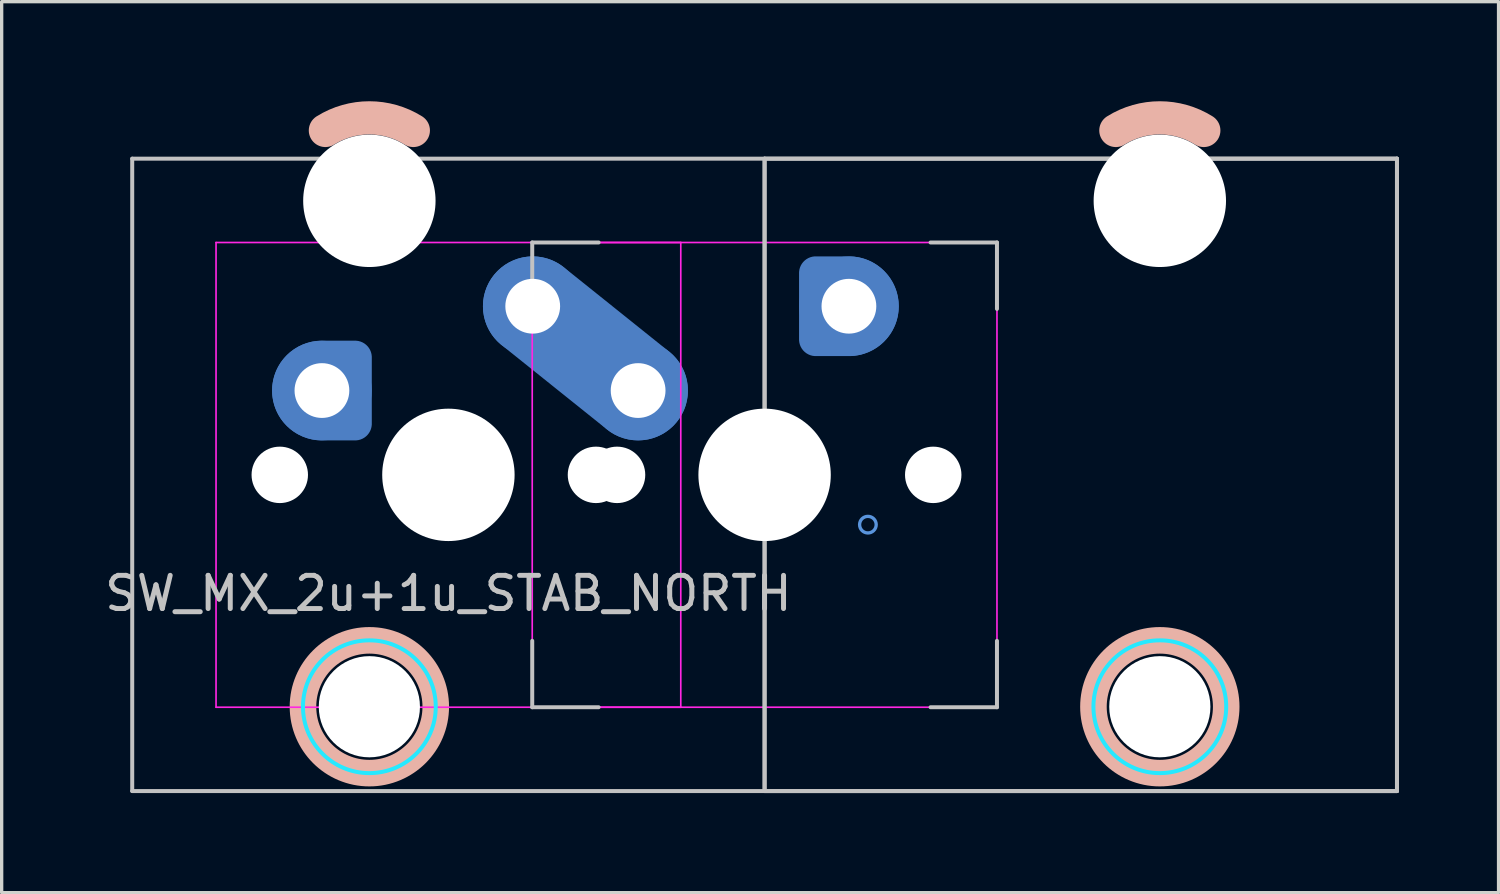
<source format=kicad_pcb>
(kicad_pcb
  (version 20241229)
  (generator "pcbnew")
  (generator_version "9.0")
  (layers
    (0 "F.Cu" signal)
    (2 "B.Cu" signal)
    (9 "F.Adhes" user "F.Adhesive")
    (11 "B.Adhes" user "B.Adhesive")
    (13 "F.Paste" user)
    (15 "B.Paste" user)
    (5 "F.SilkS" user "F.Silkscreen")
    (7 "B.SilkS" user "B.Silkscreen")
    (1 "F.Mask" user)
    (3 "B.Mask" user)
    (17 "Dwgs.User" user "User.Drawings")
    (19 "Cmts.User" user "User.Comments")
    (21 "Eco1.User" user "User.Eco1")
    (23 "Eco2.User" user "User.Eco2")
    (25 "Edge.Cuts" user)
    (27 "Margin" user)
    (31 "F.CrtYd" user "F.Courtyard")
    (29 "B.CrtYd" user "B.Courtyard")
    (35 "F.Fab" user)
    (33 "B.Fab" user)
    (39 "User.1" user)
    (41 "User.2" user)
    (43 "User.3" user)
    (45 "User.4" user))
  (footprint "SW_MX_2u+1u_STAB_NORTH"
    (layer "F.Cu")
    (at 10.458 11.255)
    (property "Reference" "SW_MX_2u+1u_STAB_NORTH" (at 0 3.572 180) (layer "Dwgs.User") (effects (font (size 1 1) (thickness 0.15))))
    (attr through_hole exclude_from_pos_files exclude_from_bom)
    (fp_arc (start -3.706248 -10.374995) (mid -2.38125 -10.755) (end -1.056252 -10.374995) (stroke (width 1) (type default)) (layer "B.SilkS"))
    (fp_arc (start 20.106252 -10.374995) (mid 21.43125 -10.755) (end 22.756248 -10.374995) (stroke (width 1) (type default)) (layer "B.SilkS"))
    (fp_circle (center -2.381 6.985) (end -0.381 6.985) (stroke (width 0.8) (type solid)) (fill no) (layer "B.SilkS"))
    (fp_circle (center 21.431 6.985) (end 23.431 6.985) (stroke (width 0.8) (type solid)) (fill no) (layer "B.SilkS"))
    (fp_line (start -9.525 9.525) (end -9.525 -9.525) (stroke (width 0.12) (type solid)) (layer "Dwgs.User"))
    (fp_line (start 2.525 -7) (end 4.525 -7) (stroke (width 0.12) (type solid)) (layer "Dwgs.User"))
    (fp_line (start 2.525 -5) (end 2.525 -7) (stroke (width 0.12) (type solid)) (layer "Dwgs.User"))
    (fp_line (start 2.525 7) (end 2.525 5) (stroke (width 0.12) (type solid)) (layer "Dwgs.User"))
    (fp_line (start 4.525 7) (end 2.525 7) (stroke (width 0.12) (type solid)) (layer "Dwgs.User"))
    (fp_line (start 9.525 -9.525) (end 9.525 9.525) (stroke (width 0.12) (type solid)) (layer "Dwgs.User"))
    (fp_line (start 9.525 9.525) (end 9.525 -9.525) (stroke (width 0.12) (type solid)) (layer "Dwgs.User"))
    (fp_line (start 9.525 9.525) (end 28.575 9.525) (stroke (width 0.12) (type solid)) (layer "Dwgs.User"))
    (fp_line (start 14.525 -7) (end 16.525 -7) (stroke (width 0.12) (type solid)) (layer "Dwgs.User"))
    (fp_line (start 14.525 7) (end 16.525 7) (stroke (width 0.12) (type solid)) (layer "Dwgs.User"))
    (fp_line (start 16.525 -7) (end 16.525 -5) (stroke (width 0.12) (type solid)) (layer "Dwgs.User"))
    (fp_line (start 16.525 7) (end 16.525 5) (stroke (width 0.12) (type solid)) (layer "Dwgs.User"))
    (fp_line (start 28.575 -9.525) (end -9.525 -9.525) (stroke (width 0.12) (type solid)) (layer "Dwgs.User"))
    (fp_line (start 28.575 -9.525) (end 9.525 -9.525) (stroke (width 0.12) (type solid)) (layer "Dwgs.User"))
    (fp_line (start 28.575 9.525) (end -9.525 9.525) (stroke (width 0.12) (type solid)) (layer "Dwgs.User"))
    (fp_line (start 28.575 9.525) (end 28.575 -9.525) (stroke (width 0.12) (type solid)) (layer "Dwgs.User"))
    (fp_line (start 28.575 9.525) (end 28.575 -9.525) (stroke (width 0.12) (type solid)) (layer "Dwgs.User"))
    (fp_circle (center -3.81 -2.54) (end -3.81 -2.79) (stroke (width 0.1) (type default)) (fill no) (layer "Cmts.User"))
    (fp_circle (center 12.065 -5.08) (end 12.065 -4.83) (stroke (width 0.1) (type default)) (fill no) (layer "Cmts.User"))
    (fp_circle (center 12.637 1.5) (end 12.887 1.5) (stroke (width 0.1) (type default)) (fill no) (layer "Cmts.User"))
    (fp_line (start -7 6.5) (end -7 -6.5) (stroke (width 0.05) (type solid)) (layer "Eco2.User"))
    (fp_line (start -6.5 -7) (end 6.5 -7) (stroke (width 0.05) (type solid)) (layer "Eco2.User"))
    (fp_line (start -5.755 5.5) (end -5.756 -7.5) (stroke (width 0.05) (type solid)) (layer "Eco2.User"))
    (fp_line (start 0.494 -8) (end -5.256 -8) (stroke (width 0.05) (type solid)) (layer "Eco2.User"))
    (fp_line (start 0.494 6) (end -5.255 6) (stroke (width 0.05) (type solid)) (layer "Eco2.User"))
    (fp_line (start 0.994 5.5) (end 0.994 -7.5) (stroke (width 0.05) (type solid)) (layer "Eco2.User"))
    (fp_line (start 2.525 6.5) (end 2.525 -6.5) (stroke (width 0.05) (type solid)) (layer "Eco2.User"))
    (fp_line (start 3.025 -7) (end 16.025 -7) (stroke (width 0.05) (type solid)) (layer "Eco2.User"))
    (fp_line (start 6.5 7) (end -6.5 7) (stroke (width 0.05) (type solid)) (layer "Eco2.User"))
    (fp_line (start 16.025 7) (end 3.025 7) (stroke (width 0.05) (type solid)) (layer "Eco2.User"))
    (fp_line (start 16.525 -6.5) (end 16.525 6.5) (stroke (width 0.05) (type solid)) (layer "Eco2.User"))
    (fp_line (start 18.056 5.5) (end 18.056 -7.5) (stroke (width 0.05) (type solid)) (layer "Eco2.User"))
    (fp_line (start 24.306 -8) (end 18.556 -8) (stroke (width 0.05) (type solid)) (layer "Eco2.User"))
    (fp_line (start 24.306 6) (end 18.556 6) (stroke (width 0.05) (type solid)) (layer "Eco2.User"))
    (fp_line (start 24.806 5.5) (end 24.806 -7.5) (stroke (width 0.05) (type solid)) (layer "Eco2.User"))
    (fp_arc (start -7 -6.5) (mid -6.853553 -6.853553) (end -6.5 -7) (stroke (width 0.05) (type solid)) (layer "Eco2.User"))
    (fp_arc (start -6.5 7) (mid -6.853553 6.853553) (end -7 6.5) (stroke (width 0.05) (type solid)) (layer "Eco2.User"))
    (fp_arc (start -5.75625 -7.500001) (mid -5.609806 -7.853571) (end -5.25625 -8.000001) (stroke (width 0.05) (type solid)) (layer "Eco2.User"))
    (fp_arc (start -5.255039 5.999999) (mid -5.608567 5.853539) (end -5.755039 5.499999) (stroke (width 0.05) (type solid)) (layer "Eco2.User"))
    (fp_arc (start 0.49375 -8.000001) (mid 0.847271 -7.853537) (end 0.99375 -7.500001) (stroke (width 0.05) (type solid)) (layer "Eco2.User"))
    (fp_arc (start 0.99375 5.499999) (mid 0.847307 5.853571) (end 0.49375 5.999999) (stroke (width 0.05) (type solid)) (layer "Eco2.User"))
    (fp_arc (start 2.525 -6.5) (mid 2.671447 -6.853553) (end 3.025 -7) (stroke (width 0.05) (type solid)) (layer "Eco2.User"))
    (fp_arc (start 3.025 7) (mid 2.671447 6.853553) (end 2.525 6.5) (stroke (width 0.05) (type solid)) (layer "Eco2.User"))
    (fp_arc (start 6.5 -7) (mid 6.853553 -6.853553) (end 7 -6.5) (stroke (width 0.05) (type solid)) (layer "Eco2.User"))
    (fp_arc (start 6.997236 6.498884) (mid 6.850805 6.852453) (end 6.497236 6.998884) (stroke (width 0.05) (type solid)) (layer "Eco2.User"))
    (fp_arc (start 16.025 -7) (mid 16.378553 -6.853553) (end 16.525 -6.5) (stroke (width 0.05) (type solid)) (layer "Eco2.User"))
    (fp_arc (start 16.522236 6.498884) (mid 16.375805 6.852453) (end 16.022236 6.998884) (stroke (width 0.05) (type solid)) (layer "Eco2.User"))
    (fp_arc (start 18.05625 -7.500001) (mid 18.202697 -7.853554) (end 18.55625 -8.000001) (stroke (width 0.05) (type solid)) (layer "Eco2.User"))
    (fp_arc (start 18.55625 5.999999) (mid 18.202697 5.853552) (end 18.05625 5.499999) (stroke (width 0.05) (type solid)) (layer "Eco2.User"))
    (fp_arc (start 24.30625 -8.000001) (mid 24.659803 -7.853554) (end 24.80625 -7.500001) (stroke (width 0.05) (type solid)) (layer "Eco2.User"))
    (fp_arc (start 24.80625 5.499999) (mid 24.659803 5.853552) (end 24.30625 5.999999) (stroke (width 0.05) (type solid)) (layer "Eco2.User"))
    (fp_circle (center -2.381 6.985) (end -4.381 6.985) (stroke (width 0.12) (type solid)) (fill no) (layer "B.CrtYd"))
    (fp_circle (center 21.431 6.985) (end 19.431 6.985) (stroke (width 0.12) (type solid)) (fill no) (layer "B.CrtYd"))
    (fp_line (start -7 -7) (end -7 7) (stroke (width 0.05) (type solid)) (layer "F.CrtYd"))
    (fp_line (start -7 7) (end 7 7) (stroke (width 0.05) (type solid)) (layer "F.CrtYd"))
    (fp_line (start 2.525 -7) (end 2.525 7) (stroke (width 0.05) (type solid)) (layer "F.CrtYd"))
    (fp_line (start 2.525 7) (end 16.525 7) (stroke (width 0.05) (type solid)) (layer "F.CrtYd"))
    (fp_line (start 7 -7) (end -7 -7) (stroke (width 0.05) (type solid)) (layer "F.CrtYd"))
    (fp_line (start 7 7) (end 7 -7) (stroke (width 0.05) (type solid)) (layer "F.CrtYd"))
    (fp_line (start 16.525 -7) (end 2.525 -7) (stroke (width 0.05) (type solid)) (layer "F.CrtYd"))
    (fp_line (start 16.525 7) (end 16.525 -7) (stroke (width 0.05) (type solid)) (layer "F.CrtYd"))
    (pad "" np_thru_hole circle (at -5.08 0) (size 1.7 1.7) (drill 1.7) (layers "*.Cu" "*.Mask"))
    (pad "" np_thru_hole circle (at -2.381 -8.255 180) (size 3.988 3.988) (drill 3.988) (layers "*.Cu" "*.Mask"))
    (pad "" np_thru_hole circle (at -2.381 6.985 180) (size 3.048 3.048) (drill 3.048) (layers "*.Cu" "*.Mask"))
    (pad "" np_thru_hole circle (at 0 0) (size 3.988 3.988) (drill 3.988) (layers "*.Cu" "*.Mask"))
    (pad "" np_thru_hole circle (at 4.445 0) (size 1.7 1.7) (drill 1.7) (layers "*.Cu" "*.Mask"))
    (pad "" np_thru_hole circle (at 5.08 0) (size 1.7 1.7) (drill 1.7) (layers "*.Cu" "*.Mask"))
    (pad "" np_thru_hole circle (at 9.525 0) (size 3.988 3.988) (drill 3.988) (layers "*.Cu" "*.Mask"))
    (pad "" np_thru_hole circle (at 14.605 0) (size 1.7 1.7) (drill 1.7) (layers "*.Cu" "*.Mask"))
    (pad "" np_thru_hole circle (at 21.431 -8.255 180) (size 3.988 3.988) (drill 3.988) (layers "*.Cu" "*.Mask"))
    (pad "" np_thru_hole circle (at 21.431 6.985 180) (size 3.048 3.048) (drill 3.048) (layers "*.Cu" "*.Mask"))
    (pad "1" thru_hole circle (at -3.81 -2.54) (size 2 2) (drill 1.65) (layers "*.Cu") (remove_unused_layers yes) (keep_end_layers yes) (zone_layer_connections))
    (pad "1" smd custom (at -3.81 -2.54) (size 2.7 2.7) (layers "B.Cu" "B.Mask") (options (anchor circle)) (primitives (gr_poly (pts (arc (start 0 1.35) (mid -1.35 0) (end 0 -1.35)) (arc (start 0.9 -1.35) (mid 1.218198 -1.218198) (end 1.35 -0.9)) (arc (start 1.35 0.9) (mid 1.218198 1.218198) (end 0.9 1.35))) (width 0.004) (fill yes))))
    (pad "1" smd circle (at -3.81 -2.54) (size 3 3) (layers "B.Cu"))
    (pad "1" smd custom (at -3.81 -2.54) (size 3 3) (layers "B.Cu") (options (anchor circle)) (primitives (gr_poly (pts (arc (start 0 1.5) (mid -1.5 0) (end 0 -1.5)) (arc (start 1 -1.5) (mid 1.353554 -1.353554) (end 1.5 -1)) (arc (start 1.5 1) (mid 1.353554 1.353554) (end 1 1.5))) (width 0.004) (fill yes))))
    (pad "1" thru_hole circle (at 12.065 -5.08 180) (size 2 2) (drill 1.65) (layers "*.Cu") (remove_unused_layers yes) (keep_end_layers yes) (zone_layer_connections))
    (pad "1" smd custom (at 12.065 -5.08 180) (size 2.7 2.7) (layers "B.Cu" "B.Mask") (options (anchor circle)) (primitives (gr_poly (pts (arc (start 0 1.35) (mid -1.35 0) (end 0 -1.35)) (arc (start 0.9 -1.35) (mid 1.218198 -1.218198) (end 1.35 -0.9)) (arc (start 1.35 0.9) (mid 1.218198 1.218198) (end 0.9 1.35))) (width 0.004) (fill yes))))
    (pad "1" smd circle (at 12.065 -5.08 180) (size 3 3) (layers "B.Cu"))
    (pad "1" smd custom (at 12.065 -5.08 180) (size 3 3) (layers "B.Cu") (options (anchor circle)) (primitives (gr_poly (pts (arc (start 0 1.5) (mid -1.5 0) (end 0 -1.5)) (arc (start 1 -1.5) (mid 1.353554 -1.353554) (end 1.5 -1)) (arc (start 1.5 1) (mid 1.353554 1.353554) (end 1 1.5))) (width 0.004) (fill yes))))
    (pad "2" thru_hole circle (at 2.54 -5.08) (size 2 2) (drill 1.65) (layers "*.Cu") (remove_unused_layers yes) (keep_end_layers yes) (zone_layer_connections))
    (pad "2" smd circle (at 2.54 -5.08) (size 2.7 2.7) (layers "B.Cu" "B.Mask"))
    (pad "2" smd circle (at 2.54 -5.08) (size 3 3) (layers "B.Cu"))
    (pad "2" smd oval (at 4.128 -3.81 321.3) (size 6.033 2) (layers "F.Cu"))
    (pad "2" smd oval (at 4.128 -3.81 321.3) (size 7.066 3) (layers "B.Cu"))
    (pad "2" thru_hole circle (at 5.715 -2.54) (size 2 2) (drill 1.65) (layers "*.Cu") (remove_unused_layers yes) (keep_end_layers yes) (zone_layer_connections))
    (pad "2" smd circle (at 5.715 -2.54 180) (size 2.7 2.7) (layers "B.Cu" "B.Mask"))
    (pad "2" smd circle (at 5.715 -2.54) (size 3 3) (layers "B.Cu")))
  (gr_rect
    (start -3 -3)
    (end 42.093 23.84)
    (stroke (width 0.1) (type default))
    (fill no)
    (layer "Edge.Cuts")))
</source>
